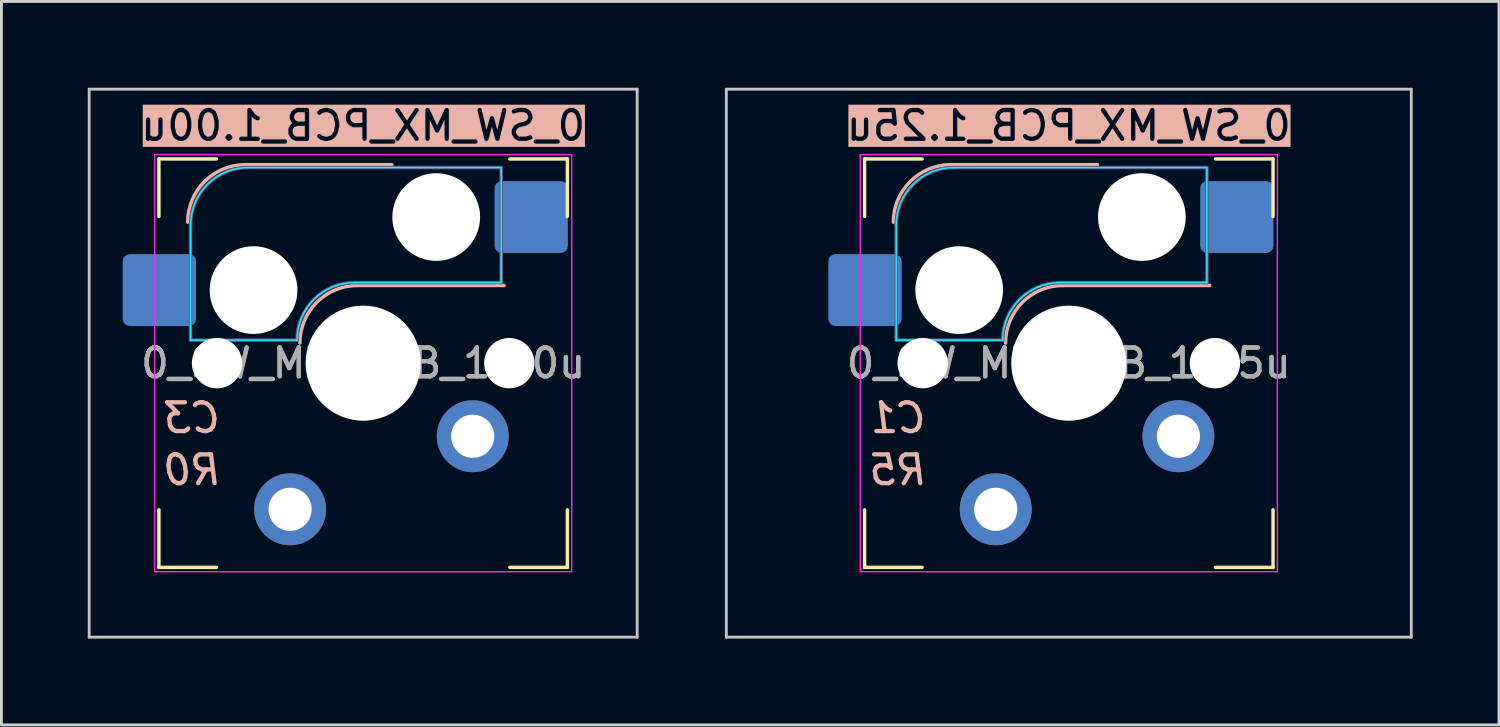
<source format=kicad_pcb>
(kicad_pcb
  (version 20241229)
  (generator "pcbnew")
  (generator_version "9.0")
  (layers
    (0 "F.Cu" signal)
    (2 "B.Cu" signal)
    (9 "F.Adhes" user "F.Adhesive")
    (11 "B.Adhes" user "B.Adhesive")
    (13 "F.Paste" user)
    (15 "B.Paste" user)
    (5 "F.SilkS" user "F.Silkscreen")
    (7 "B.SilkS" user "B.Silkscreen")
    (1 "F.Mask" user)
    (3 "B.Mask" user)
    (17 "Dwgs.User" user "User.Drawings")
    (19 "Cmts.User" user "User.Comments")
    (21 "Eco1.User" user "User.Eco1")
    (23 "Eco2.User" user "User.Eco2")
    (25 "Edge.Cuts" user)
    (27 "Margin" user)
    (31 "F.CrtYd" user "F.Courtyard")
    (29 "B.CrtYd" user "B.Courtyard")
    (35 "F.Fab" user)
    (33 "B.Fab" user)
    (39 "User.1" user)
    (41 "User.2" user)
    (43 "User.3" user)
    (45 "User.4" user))
  (footprint "0_SW_MX_PCB_1.00u"
    (layer "F.Cu")
    (at 9.575 9.575)
    (property "Reference" "0_SW_MX_PCB_1.00u" (at 0 -8.255 0) (layer "B.SilkS" knockout) (effects (font (size 1 1) (thickness 0.15)) (justify mirror)))
    (property "SW_ROW" "R0" (at -6.985 3.715 0) (layer "B.SilkS") (effects (font (size 1 1) (thickness 0.15) (italic yes)) (justify right mirror)))
    (property "SW_COL" "C3" (at -6.985 1.905 0) (layer "B.SilkS") (effects (font (size 1 1) (thickness 0.15) (italic yes)) (justify right mirror)))
    (attr through_hole)
    (fp_line (start -7.1 -7.1) (end -7.1 -5.1) (stroke (width 0.12) (type solid)) (layer "F.SilkS"))
    (fp_line (start -7.1 -7.1) (end -5.1 -7.1) (stroke (width 0.12) (type solid)) (layer "F.SilkS"))
    (fp_line (start -7.1 7.1) (end -7.1 5.1) (stroke (width 0.12) (type solid)) (layer "F.SilkS"))
    (fp_line (start -7.1 7.1) (end -5.1 7.1) (stroke (width 0.12) (type solid)) (layer "F.SilkS"))
    (fp_line (start 7.1 -7.1) (end 5.1 -7.1) (stroke (width 0.12) (type solid)) (layer "F.SilkS"))
    (fp_line (start 7.1 -7.1) (end 7.1 -5.1) (stroke (width 0.12) (type solid)) (layer "F.SilkS"))
    (fp_line (start 7.1 7.1) (end 5.1 7.1) (stroke (width 0.12) (type solid)) (layer "F.SilkS"))
    (fp_line (start 7.1 7.1) (end 7.1 5.1) (stroke (width 0.12) (type solid)) (layer "F.SilkS"))
    (fp_line (start -4.1 -6.9) (end 1 -6.9) (stroke (width 0.12) (type solid)) (layer "B.SilkS"))
    (fp_line (start -0.2 -2.7) (end 4.9 -2.7) (stroke (width 0.12) (type solid)) (layer "B.SilkS"))
    (fp_arc (start -6.1 -4.9) (mid -5.514214 -6.314214) (end -4.1 -6.9) (stroke (width 0.12) (type solid)) (layer "B.SilkS"))
    (fp_arc (start -2.2 -0.7) (mid -1.614214 -2.114214) (end -0.2 -2.7) (stroke (width 0.12) (type solid)) (layer "B.SilkS"))
    (fp_line (start -9.525 -9.525) (end -9.525 9.525) (stroke (width 0.1) (type solid)) (layer "Dwgs.User"))
    (fp_line (start -9.525 9.525) (end 9.525 9.525) (stroke (width 0.1) (type solid)) (layer "Dwgs.User"))
    (fp_line (start 9.525 -9.525) (end -9.525 -9.525) (stroke (width 0.1) (type solid)) (layer "Dwgs.User"))
    (fp_line (start 9.525 9.525) (end 9.525 -9.525) (stroke (width 0.1) (type solid)) (layer "Dwgs.User"))
    (fp_line (start -6 -0.8) (end -6 -4.8) (stroke (width 0.05) (type solid)) (layer "B.CrtYd"))
    (fp_line (start -6 -0.8) (end -2.3 -0.8) (stroke (width 0.05) (type solid)) (layer "B.CrtYd"))
    (fp_line (start -4 -6.8) (end 4.8 -6.8) (stroke (width 0.05) (type solid)) (layer "B.CrtYd"))
    (fp_line (start -0.3 -2.8) (end 4.8 -2.8) (stroke (width 0.05) (type solid)) (layer "B.CrtYd"))
    (fp_line (start 4.8 -6.8) (end 4.8 -2.8) (stroke (width 0.05) (type solid)) (layer "B.CrtYd"))
    (fp_arc (start -6 -4.8) (mid -5.414214 -6.214214) (end -4 -6.8) (stroke (width 0.05) (type solid)) (layer "B.CrtYd"))
    (fp_arc (start -2.3 -0.8) (mid -1.714214 -2.214214) (end -0.3 -2.8) (stroke (width 0.05) (type solid)) (layer "B.CrtYd"))
    (fp_line (start -7.25 -7.25) (end -7.25 7.25) (stroke (width 0.05) (type solid)) (layer "F.CrtYd"))
    (fp_line (start -7.25 7.25) (end 7.25 7.25) (stroke (width 0.05) (type solid)) (layer "F.CrtYd"))
    (fp_line (start 7.25 -7.25) (end -7.25 -7.25) (stroke (width 0.05) (type solid)) (layer "F.CrtYd"))
    (fp_line (start 7.25 7.25) (end 7.25 -7.25) (stroke (width 0.05) (type solid)) (layer "F.CrtYd"))
    (fp_line (start -6 -0.8) (end -6 -4.8) (stroke (width 0.12) (type solid)) (layer "B.Fab"))
    (fp_line (start -6 -0.8) (end -2.3 -0.8) (stroke (width 0.12) (type solid)) (layer "B.Fab"))
    (fp_line (start -4 -6.8) (end 4.8 -6.8) (stroke (width 0.12) (type solid)) (layer "B.Fab"))
    (fp_line (start -0.3 -2.8) (end 4.8 -2.8) (stroke (width 0.12) (type solid)) (layer "B.Fab"))
    (fp_line (start 4.8 -6.8) (end 4.8 -2.8) (stroke (width 0.12) (type solid)) (layer "B.Fab"))
    (fp_arc (start -6 -4.8) (mid -5.414214 -6.214214) (end -4 -6.8) (stroke (width 0.12) (type solid)) (layer "B.Fab"))
    (fp_arc (start -2.3 -0.8) (mid -1.714214 -2.214214) (end -0.3 -2.8) (stroke (width 0.12) (type solid)) (layer "B.Fab"))
    (fp_text user "${REFERENCE}" (at 0 0 0) (layer "F.Fab") (effects (font (size 1 1) (thickness 0.15))))
    (fp_text user "${REFERENCE}" (at 0 0 0) (layer "F.Fab") (effects (font (size 1 1) (thickness 0.15))))
    (pad "" np_thru_hole circle (at -5.08 0) (size 1.75 1.75) (drill 1.75) (layers "*.Cu" "*.Mask"))
    (pad "" np_thru_hole circle (at -3.81 -2.54) (size 3.05 3.05) (drill 3.05) (layers "*.Cu" "*.Mask"))
    (pad "" np_thru_hole circle (at 0 0) (size 4 4) (drill 4) (layers "*.Cu" "*.Mask"))
    (pad "" np_thru_hole circle (at 2.54 -5.08) (size 3.05 3.05) (drill 3.05) (layers "*.Cu" "*.Mask"))
    (pad "" np_thru_hole circle (at 5.08 0) (size 1.75 1.75) (drill 1.75) (layers "*.Cu" "*.Mask"))
    (pad "1" smd roundrect (at -7.085 -2.54) (size 2.55 2.5) (layers "B.Cu" "B.Mask" "B.Paste") (roundrect_rratio 0.1))
    (pad "1" thru_hole circle (at -2.54 5.08 180) (size 2.5 2.5) (drill 1.5) (layers "*.Cu" "*.Mask"))
    (pad "2" thru_hole circle (at 3.81 2.54 180) (size 2.5 2.5) (drill 1.5) (layers "*.Cu" "*.Mask"))
    (pad "2" smd roundrect (at 5.842 -5.08) (size 2.55 2.5) (layers "B.Cu" "B.Mask" "B.Paste") (roundrect_rratio 0.1)))
  (footprint "0_SW_MX_PCB_1.25u"
    (layer "F.Cu")
    (at 34.106 9.575)
    (property "Reference" "0_SW_MX_PCB_1.25u" (at 0 -8.255 0) (layer "B.SilkS" knockout) (effects (font (size 1 1) (thickness 0.15)) (justify mirror)))
    (property "SW_ROW" "R5" (at -6.985 3.715 0) (layer "B.SilkS") (effects (font (size 1 1) (thickness 0.15) (italic yes)) (justify right mirror)))
    (property "SW_COL" "C1" (at -6.985 1.905 0) (layer "B.SilkS") (effects (font (size 1 1) (thickness 0.15) (italic yes)) (justify right mirror)))
    (attr through_hole)
    (fp_line (start -7.1 -7.1) (end -7.1 -5.1) (stroke (width 0.12) (type solid)) (layer "F.SilkS"))
    (fp_line (start -7.1 -7.1) (end -5.1 -7.1) (stroke (width 0.12) (type solid)) (layer "F.SilkS"))
    (fp_line (start -7.1 7.1) (end -7.1 5.1) (stroke (width 0.12) (type solid)) (layer "F.SilkS"))
    (fp_line (start -7.1 7.1) (end -5.1 7.1) (stroke (width 0.12) (type solid)) (layer "F.SilkS"))
    (fp_line (start 7.1 -7.1) (end 5.1 -7.1) (stroke (width 0.12) (type solid)) (layer "F.SilkS"))
    (fp_line (start 7.1 -7.1) (end 7.1 -5.1) (stroke (width 0.12) (type solid)) (layer "F.SilkS"))
    (fp_line (start 7.1 7.1) (end 5.1 7.1) (stroke (width 0.12) (type solid)) (layer "F.SilkS"))
    (fp_line (start 7.1 7.1) (end 7.1 5.1) (stroke (width 0.12) (type solid)) (layer "F.SilkS"))
    (fp_line (start -4.1 -6.9) (end 1 -6.9) (stroke (width 0.12) (type solid)) (layer "B.SilkS"))
    (fp_line (start -0.2 -2.7) (end 4.9 -2.7) (stroke (width 0.12) (type solid)) (layer "B.SilkS"))
    (fp_arc (start -6.1 -4.9) (mid -5.514214 -6.314214) (end -4.1 -6.9) (stroke (width 0.12) (type solid)) (layer "B.SilkS"))
    (fp_arc (start -2.2 -0.7) (mid -1.614214 -2.114214) (end -0.2 -2.7) (stroke (width 0.12) (type solid)) (layer "B.SilkS"))
    (fp_line (start -11.906 -9.525) (end -11.906 9.525) (stroke (width 0.1) (type solid)) (layer "Dwgs.User"))
    (fp_line (start -11.906 9.525) (end 11.906 9.525) (stroke (width 0.1) (type solid)) (layer "Dwgs.User"))
    (fp_line (start 11.906 -9.525) (end -11.906 -9.525) (stroke (width 0.1) (type solid)) (layer "Dwgs.User"))
    (fp_line (start 11.906 9.525) (end 11.906 -9.525) (stroke (width 0.1) (type solid)) (layer "Dwgs.User"))
    (fp_line (start -6 -0.8) (end -6 -4.8) (stroke (width 0.05) (type solid)) (layer "B.CrtYd"))
    (fp_line (start -6 -0.8) (end -2.3 -0.8) (stroke (width 0.05) (type solid)) (layer "B.CrtYd"))
    (fp_line (start -4 -6.8) (end 4.8 -6.8) (stroke (width 0.05) (type solid)) (layer "B.CrtYd"))
    (fp_line (start -0.3 -2.8) (end 4.8 -2.8) (stroke (width 0.05) (type solid)) (layer "B.CrtYd"))
    (fp_line (start 4.8 -6.8) (end 4.8 -2.8) (stroke (width 0.05) (type solid)) (layer "B.CrtYd"))
    (fp_arc (start -6 -4.8) (mid -5.414214 -6.214214) (end -4 -6.8) (stroke (width 0.05) (type solid)) (layer "B.CrtYd"))
    (fp_arc (start -2.3 -0.8) (mid -1.714214 -2.214214) (end -0.3 -2.8) (stroke (width 0.05) (type solid)) (layer "B.CrtYd"))
    (fp_line (start -7.25 -7.25) (end -7.25 7.25) (stroke (width 0.05) (type solid)) (layer "F.CrtYd"))
    (fp_line (start -7.25 7.25) (end 7.25 7.25) (stroke (width 0.05) (type solid)) (layer "F.CrtYd"))
    (fp_line (start 7.25 -7.25) (end -7.25 -7.25) (stroke (width 0.05) (type solid)) (layer "F.CrtYd"))
    (fp_line (start 7.25 7.25) (end 7.25 -7.25) (stroke (width 0.05) (type solid)) (layer "F.CrtYd"))
    (fp_line (start -6 -0.8) (end -6 -4.8) (stroke (width 0.12) (type solid)) (layer "B.Fab"))
    (fp_line (start -6 -0.8) (end -2.3 -0.8) (stroke (width 0.12) (type solid)) (layer "B.Fab"))
    (fp_line (start -4 -6.8) (end 4.8 -6.8) (stroke (width 0.12) (type solid)) (layer "B.Fab"))
    (fp_line (start -0.3 -2.8) (end 4.8 -2.8) (stroke (width 0.12) (type solid)) (layer "B.Fab"))
    (fp_line (start 4.8 -6.8) (end 4.8 -2.8) (stroke (width 0.12) (type solid)) (layer "B.Fab"))
    (fp_arc (start -6 -4.8) (mid -5.414214 -6.214214) (end -4 -6.8) (stroke (width 0.12) (type solid)) (layer "B.Fab"))
    (fp_arc (start -2.3 -0.8) (mid -1.714214 -2.214214) (end -0.3 -2.8) (stroke (width 0.12) (type solid)) (layer "B.Fab"))
    (fp_text user "${REFERENCE}" (at 0 0 0) (layer "F.Fab") (effects (font (size 1 1) (thickness 0.15))))
    (fp_text user "${REFERENCE}" (at 0 0 0) (layer "F.Fab") (effects (font (size 1 1) (thickness 0.15))))
    (pad "" np_thru_hole circle (at -5.08 0) (size 1.75 1.75) (drill 1.75) (layers "*.Cu" "*.Mask"))
    (pad "" np_thru_hole circle (at -3.81 -2.54) (size 3.05 3.05) (drill 3.05) (layers "*.Cu" "*.Mask"))
    (pad "" np_thru_hole circle (at 0 0) (size 4 4) (drill 4) (layers "*.Cu" "*.Mask"))
    (pad "" np_thru_hole circle (at 2.54 -5.08) (size 3.05 3.05) (drill 3.05) (layers "*.Cu" "*.Mask"))
    (pad "" np_thru_hole circle (at 5.08 0) (size 1.75 1.75) (drill 1.75) (layers "*.Cu" "*.Mask"))
    (pad "1" smd roundrect (at -7.085 -2.54) (size 2.55 2.5) (layers "B.Cu" "B.Mask" "B.Paste") (roundrect_rratio 0.1))
    (pad "1" thru_hole circle (at -2.54 5.08 180) (size 2.5 2.5) (drill 1.5) (layers "*.Cu" "*.Mask"))
    (pad "2" thru_hole circle (at 3.81 2.54 180) (size 2.5 2.5) (drill 1.5) (layers "*.Cu" "*.Mask"))
    (pad "2" smd roundrect (at 5.842 -5.08) (size 2.55 2.5) (layers "B.Cu" "B.Mask" "B.Paste") (roundrect_rratio 0.1)))
  (gr_rect
    (start -3 -3)
    (end 49.062 22.15)
    (stroke (width 0.1) (type default))
    (fill no)
    (layer "Edge.Cuts")))
</source>
